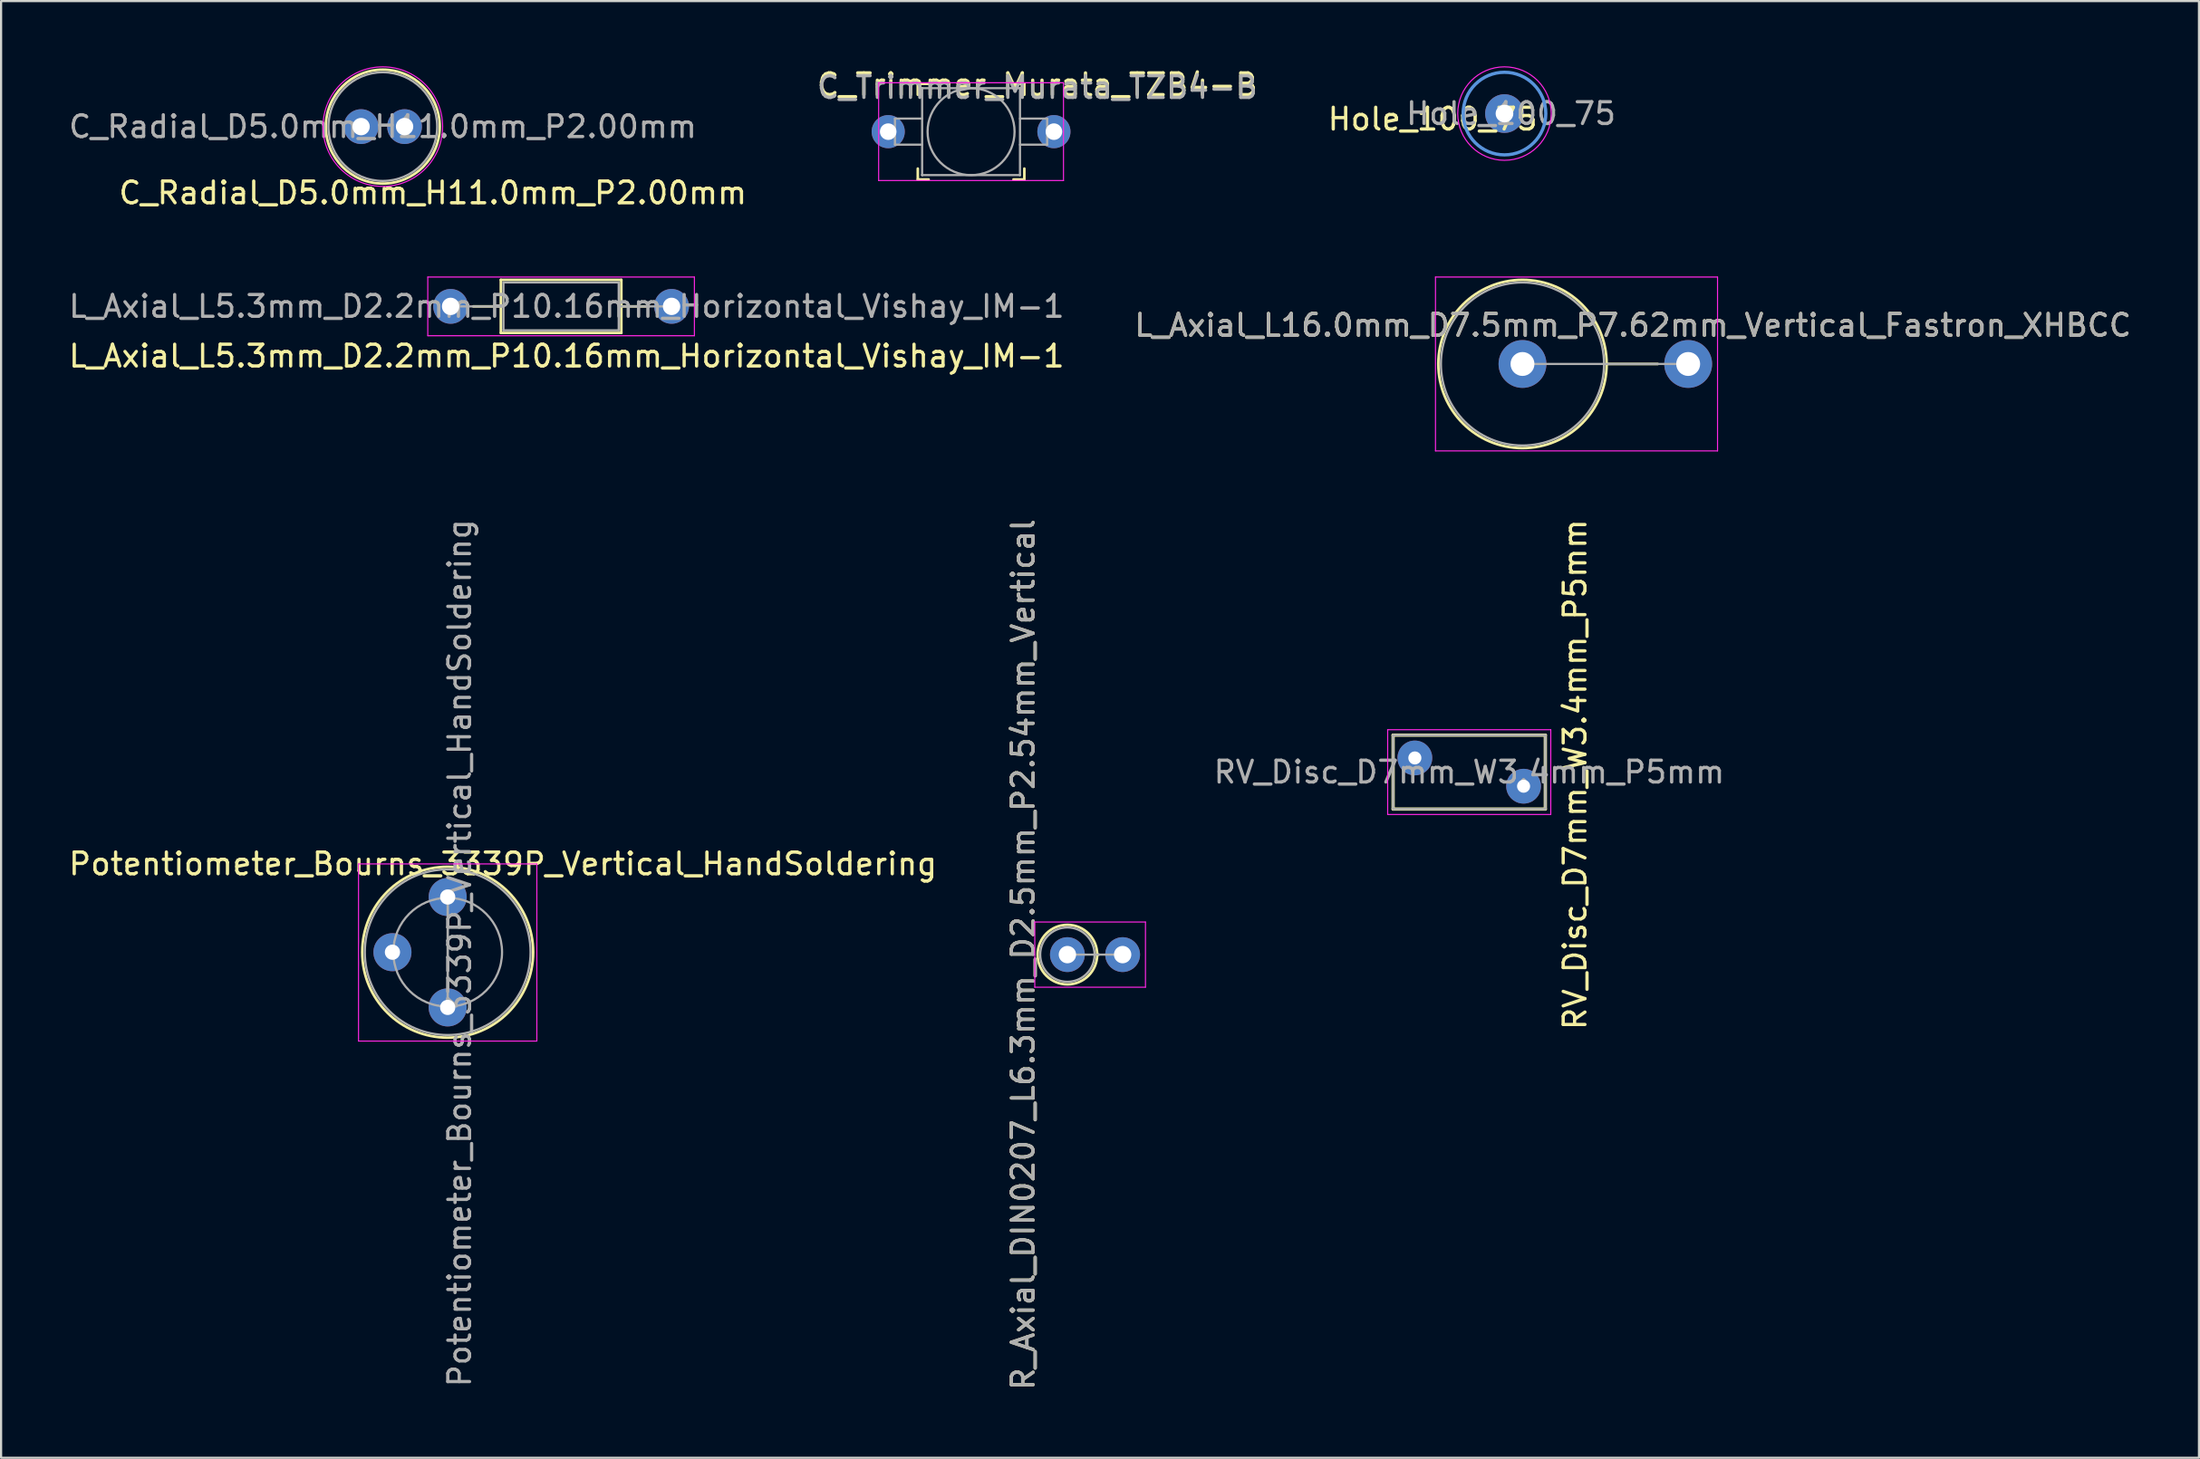
<source format=kicad_pcb>
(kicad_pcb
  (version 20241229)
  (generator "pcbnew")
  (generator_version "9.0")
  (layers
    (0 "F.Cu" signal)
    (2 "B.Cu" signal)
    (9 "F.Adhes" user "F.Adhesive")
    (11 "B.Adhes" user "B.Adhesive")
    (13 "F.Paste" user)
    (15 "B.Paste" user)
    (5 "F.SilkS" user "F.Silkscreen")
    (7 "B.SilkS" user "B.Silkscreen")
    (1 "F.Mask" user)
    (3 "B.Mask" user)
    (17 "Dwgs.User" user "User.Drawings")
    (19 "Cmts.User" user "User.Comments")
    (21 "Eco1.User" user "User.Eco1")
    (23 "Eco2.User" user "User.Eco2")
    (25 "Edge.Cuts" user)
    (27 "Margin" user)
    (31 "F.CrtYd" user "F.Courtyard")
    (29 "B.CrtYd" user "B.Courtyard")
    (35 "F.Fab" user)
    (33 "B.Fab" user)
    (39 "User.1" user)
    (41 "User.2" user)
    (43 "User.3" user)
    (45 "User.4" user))
  (footprint "R_Axial_DIN0207_L6.3mm_D2.5mm_P2.54mm_Vertical"
    (layer "F.Cu")
    (at 46.035 40.87)
    (property "Reference" "R_Axial_DIN0207_L6.3mm_D2.5mm_P2.54mm_Vertical" (at -2.032 0 90) (layer "F.SilkS") (effects (font (size 1 1) (thickness 0.15))))
    (attr through_hole)
    (fp_line (start 1.37 0) (end 1.44 0) (stroke (width 0.12) (type solid)) (layer "F.SilkS"))
    (fp_circle (center 0 0) (end 1.37 0) (stroke (width 0.12) (type solid)) (fill no) (layer "F.SilkS"))
    (fp_line (start -1.5 -1.5) (end -1.5 1.5) (stroke (width 0.05) (type solid)) (layer "F.CrtYd"))
    (fp_line (start -1.5 1.5) (end 3.59 1.5) (stroke (width 0.05) (type solid)) (layer "F.CrtYd"))
    (fp_line (start 3.59 -1.5) (end -1.5 -1.5) (stroke (width 0.05) (type solid)) (layer "F.CrtYd"))
    (fp_line (start 3.59 1.5) (end 3.59 -1.5) (stroke (width 0.05) (type solid)) (layer "F.CrtYd"))
    (fp_line (start 0 0) (end 2.54 0) (stroke (width 0.1) (type solid)) (layer "F.Fab"))
    (fp_circle (center 0 0) (end 1.25 0) (stroke (width 0.1) (type solid)) (fill no) (layer "F.Fab"))
    (fp_text user "${REFERENCE}" (at -2.032 0 90) (layer "F.Fab") (effects (font (size 1 1) (thickness 0.15))))
    (pad "1" thru_hole circle (at 0 0) (size 1.6 1.6) (drill 0.8) (layers "*.Cu" "*.Mask"))
    (pad "2" thru_hole oval (at 2.54 0) (size 1.6 1.6) (drill 0.8) (layers "*.Cu" "*.Mask")))
  (footprint "C_Radial_D5.0mm_H11.0mm_P2.00mm"
    (layer "F.Cu")
    (at 13.554 2.775)
    (property "Reference" "C_Radial_D5.0mm_H11.0mm_P2.00mm" (at 3.302 3.048 0) (layer "F.SilkS") (effects (font (size 1 1) (thickness 0.15))))
    (attr through_hole)
    (fp_circle (center 1 0) (end 3.62 0) (stroke (width 0.12) (type solid)) (fill no) (layer "F.SilkS"))
    (fp_circle (center 1 0) (end 3.75 0) (stroke (width 0.05) (type solid)) (fill no) (layer "F.CrtYd"))
    (fp_circle (center 1 0) (end 3.5 0) (stroke (width 0.1) (type solid)) (fill no) (layer "F.Fab"))
    (fp_text user "${REFERENCE}" (at 1 0 0) (layer "F.Fab") (effects (font (size 1 1) (thickness 0.15))))
    (pad "1" thru_hole circle (at 0 0) (size 1.6 1.6) (drill 0.8) (layers "*.Cu" "*.Mask"))
    (pad "2" thru_hole circle (at 2 0) (size 1.6 1.6) (drill 0.8) (layers "*.Cu" "*.Mask")))
  (footprint "Hole_100_75"
    (layer "F.Cu")
    (at 66.134 2.175)
    (property "Reference" "Hole_100_75" (at -3.302 0.254 0) (layer "F.SilkS") (effects (font (size 1 1) (thickness 0.15))))
    (attr exclude_from_pos_files exclude_from_bom)
    (fp_circle (center 0 0) (end 1.9 0) (stroke (width 0.15) (type solid)) (fill no) (layer "Cmts.User"))
    (fp_circle (center 0 0) (end 2.15 0) (stroke (width 0.05) (type solid)) (fill no) (layer "F.CrtYd"))
    (fp_text user "${REFERENCE}" (at 0.3 0 0) (layer "F.Fab") (effects (font (size 1 1) (thickness 0.15))))
    (pad "1" thru_hole circle (at 0 0) (size 1.778 1.778) (drill 0.813) (layers "*.Cu" "*.Mask")))
  (footprint "RV_Disc_D7mm_W3.4mm_P5mm"
    (layer "F.Cu")
    (at 62.013 31.822)
    (property "Reference" "RV_Disc_D7mm_W3.4mm_P5mm" (at 7.366 0.762 270) (layer "F.SilkS") (effects (font (size 1 1) (thickness 0.15))))
    (attr through_hole)
    (fp_line (start -1 -1.05) (end -1 2.35) (stroke (width 0.15) (type solid)) (layer "F.SilkS"))
    (fp_line (start -1 -1.05) (end 6 -1.05) (stroke (width 0.15) (type solid)) (layer "F.SilkS"))
    (fp_line (start -1 2.35) (end 6 2.35) (stroke (width 0.15) (type solid)) (layer "F.SilkS"))
    (fp_line (start 6 -1.05) (end 6 2.35) (stroke (width 0.15) (type solid)) (layer "F.SilkS"))
    (fp_line (start -1.25 -1.3) (end -1.25 2.6) (stroke (width 0.05) (type solid)) (layer "F.CrtYd"))
    (fp_line (start -1.25 -1.3) (end 6.25 -1.3) (stroke (width 0.05) (type solid)) (layer "F.CrtYd"))
    (fp_line (start -1.25 2.6) (end 6.25 2.6) (stroke (width 0.05) (type solid)) (layer "F.CrtYd"))
    (fp_line (start 6.25 -1.3) (end 6.25 2.6) (stroke (width 0.05) (type solid)) (layer "F.CrtYd"))
    (fp_line (start -1 -1.05) (end -1 2.35) (stroke (width 0.1) (type solid)) (layer "F.Fab"))
    (fp_line (start -1 -1.05) (end 6 -1.05) (stroke (width 0.1) (type solid)) (layer "F.Fab"))
    (fp_line (start -1 2.35) (end 6 2.35) (stroke (width 0.1) (type solid)) (layer "F.Fab"))
    (fp_line (start 6 -1.05) (end 6 2.35) (stroke (width 0.1) (type solid)) (layer "F.Fab"))
    (fp_text user "${REFERENCE}" (at 2.5 0.65 0) (layer "F.Fab") (effects (font (size 1 1) (thickness 0.15))))
    (pad "1" thru_hole circle (at 0 0) (size 1.6 1.6) (drill 0.6) (layers "*.Cu" "*.Mask"))
    (pad "2" thru_hole circle (at 5 1.3) (size 1.6 1.6) (drill 0.6) (layers "*.Cu" "*.Mask")))
  (footprint "L_Axial_L16.0mm_D7.5mm_P7.62mm_Vertical_Fastron_XHBCC"
    (layer "F.Cu")
    (at 66.962 13.696)
    (property "Reference" "L_Axial_L16.0mm_D7.5mm_P7.62mm_Vertical_Fastron_XHBCC" (at 5.08 -1.778 180) (layer "F.SilkS") (effects (font (size 1 1) (thickness 0.15))))
    (attr through_hole)
    (fp_line (start 3.87 0) (end 6.22 0) (stroke (width 0.12) (type solid)) (layer "F.SilkS"))
    (fp_circle (center 0 0) (end 3.87 0) (stroke (width 0.12) (type solid)) (fill no) (layer "F.SilkS"))
    (fp_line (start -4 -4) (end -4 4) (stroke (width 0.05) (type solid)) (layer "F.CrtYd"))
    (fp_line (start -4 4) (end 8.97 4) (stroke (width 0.05) (type solid)) (layer "F.CrtYd"))
    (fp_line (start 8.97 -4) (end -4 -4) (stroke (width 0.05) (type solid)) (layer "F.CrtYd"))
    (fp_line (start 8.97 4) (end 8.97 -4) (stroke (width 0.05) (type solid)) (layer "F.CrtYd"))
    (fp_line (start 0 0) (end 7.62 0) (stroke (width 0.1) (type solid)) (layer "F.Fab"))
    (fp_circle (center 0 0) (end 3.75 0) (stroke (width 0.1) (type solid)) (fill no) (layer "F.Fab"))
    (fp_text user "${REFERENCE}" (at 5.08 -1.778 180) (layer "F.Fab") (effects (font (size 1 1) (thickness 0.15))))
    (pad "1" thru_hole circle (at 0 0) (size 2.2 2.2) (drill 1.1) (layers "*.Cu" "*.Mask"))
    (pad "2" thru_hole oval (at 7.62 0) (size 2.2 2.2) (drill 1.1) (layers "*.Cu" "*.Mask")))
  (footprint "Potentiometer_Bourns_3339P_Vertical_HandSoldering"
    (layer "F.Cu")
    (at 17.537 43.299)
    (property "Reference" "Potentiometer_Bourns_3339P_Vertical_HandSoldering" (at 2.54 -6.604 0) (layer "F.SilkS") (effects (font (size 1 1) (thickness 0.15))))
    (attr through_hole)
    (fp_circle (center 0 -2.54) (end 3.93 -2.54) (stroke (width 0.12) (type solid)) (fill no) (layer "F.SilkS"))
    (fp_line (start -4.1 -6.6) (end -4.1 1.55) (stroke (width 0.05) (type solid)) (layer "F.CrtYd"))
    (fp_line (start -4.1 1.55) (end 4.1 1.55) (stroke (width 0.05) (type solid)) (layer "F.CrtYd"))
    (fp_line (start 4.1 -6.6) (end -4.1 -6.6) (stroke (width 0.05) (type solid)) (layer "F.CrtYd"))
    (fp_line (start 4.1 1.55) (end 4.1 -6.6) (stroke (width 0.05) (type solid)) (layer "F.CrtYd"))
    (fp_line (start 0 -0.064) (end 0.001 -5.014) (stroke (width 0.1) (type solid)) (layer "F.Fab"))
    (fp_line (start 0 -0.064) (end 0.001 -5.014) (stroke (width 0.1) (type solid)) (layer "F.Fab"))
    (fp_circle (center 0 -2.54) (end 2.5 -2.54) (stroke (width 0.1) (type solid)) (fill no) (layer "F.Fab"))
    (fp_circle (center 0 -2.54) (end 3.81 -2.54) (stroke (width 0.1) (type solid)) (fill no) (layer "F.Fab"))
    (fp_text user "${REFERENCE}" (at 0.55 -2.5 90) (layer "F.Fab") (effects (font (size 1 1) (thickness 0.15))))
    (pad "1" thru_hole circle (at 0 0) (size 1.75 1.75) (drill 0.7) (layers "*.Cu" "*.Mask"))
    (pad "2" thru_hole circle (at -2.54 -2.54) (size 1.75 1.75) (drill 0.7) (layers "*.Cu" "*.Mask"))
    (pad "3" thru_hole circle (at 0 -5.08) (size 1.75 1.75) (drill 0.7) (layers "*.Cu" "*.Mask")))
  (footprint "C_Trimmer_Murata_TZB4-B"
    (layer "F.Cu")
    (at 41.605 3.007)
    (property "Reference" "C_Trimmer_Murata_TZB4-B" (at 3.048 -2.159 180) (layer "F.SilkS") (effects (font (size 1 1) (thickness 0.15))))
    (attr smd)
    (fp_line (start -2.45 -2.2) (end -2.45 -1.7) (stroke (width 0.12) (type solid)) (layer "F.SilkS"))
    (fp_line (start -2.45 -2.2) (end -1.95 -2.2) (stroke (width 0.12) (type solid)) (layer "F.SilkS"))
    (fp_line (start -2.45 2.2) (end -2.45 1.7) (stroke (width 0.12) (type solid)) (layer "F.SilkS"))
    (fp_line (start -2.45 2.2) (end -1.95 2.2) (stroke (width 0.12) (type solid)) (layer "F.SilkS"))
    (fp_line (start 2.45 -2.2) (end 1.95 -2.2) (stroke (width 0.12) (type solid)) (layer "F.SilkS"))
    (fp_line (start 2.45 -2.2) (end 2.45 -1.7) (stroke (width 0.12) (type solid)) (layer "F.SilkS"))
    (fp_line (start 2.45 2.2) (end 1.95 2.2) (stroke (width 0.12) (type solid)) (layer "F.SilkS"))
    (fp_line (start 2.45 2.2) (end 2.45 1.7) (stroke (width 0.12) (type solid)) (layer "F.SilkS"))
    (fp_line (start -4.25 -2.25) (end -4.25 2.25) (stroke (width 0.05) (type solid)) (layer "F.CrtYd"))
    (fp_line (start -4.25 2.25) (end 4.25 2.25) (stroke (width 0.05) (type solid)) (layer "F.CrtYd"))
    (fp_line (start 4.25 -2.25) (end -4.25 -2.25) (stroke (width 0.05) (type solid)) (layer "F.CrtYd"))
    (fp_line (start 4.25 2.25) (end 4.25 -2.25) (stroke (width 0.05) (type solid)) (layer "F.CrtYd"))
    (fp_line (start -3.5 -0.6) (end -3.5 0.6) (stroke (width 0.1) (type solid)) (layer "F.Fab"))
    (fp_line (start -3.5 0.6) (end -2.25 0.6) (stroke (width 0.1) (type solid)) (layer "F.Fab"))
    (fp_line (start -2.25 -2) (end -2.24 -2) (stroke (width 0.1) (type solid)) (layer "F.Fab"))
    (fp_line (start -2.25 -1.99) (end -2.25 -2) (stroke (width 0.1) (type solid)) (layer "F.Fab"))
    (fp_line (start -2.25 -0.6) (end -3.5 -0.6) (stroke (width 0.1) (type solid)) (layer "F.Fab"))
    (fp_line (start -2.25 1.99) (end -2.25 -1.99) (stroke (width 0.1) (type solid)) (layer "F.Fab"))
    (fp_line (start -2.25 2) (end -2.25 1.99) (stroke (width 0.1) (type solid)) (layer "F.Fab"))
    (fp_line (start -2.24 -2) (end 2.24 -2) (stroke (width 0.1) (type solid)) (layer "F.Fab"))
    (fp_line (start -2.24 2) (end -2.25 2) (stroke (width 0.1) (type solid)) (layer "F.Fab"))
    (fp_line (start 2.24 -2) (end 2.25 -2) (stroke (width 0.1) (type solid)) (layer "F.Fab"))
    (fp_line (start 2.24 2) (end -2.24 2) (stroke (width 0.1) (type solid)) (layer "F.Fab"))
    (fp_line (start 2.25 -2) (end 2.25 -1.99) (stroke (width 0.1) (type solid)) (layer "F.Fab"))
    (fp_line (start 2.25 -1.99) (end 2.25 1.99) (stroke (width 0.1) (type solid)) (layer "F.Fab"))
    (fp_line (start 2.25 -0.6) (end 3.5 -0.6) (stroke (width 0.1) (type solid)) (layer "F.Fab"))
    (fp_line (start 2.25 1.99) (end 2.25 2) (stroke (width 0.1) (type solid)) (layer "F.Fab"))
    (fp_line (start 2.25 2) (end 2.24 2) (stroke (width 0.1) (type solid)) (layer "F.Fab"))
    (fp_line (start 3.5 -0.6) (end 3.5 0.6) (stroke (width 0.1) (type solid)) (layer "F.Fab"))
    (fp_line (start 3.5 0.6) (end 2.25 0.6) (stroke (width 0.1) (type solid)) (layer "F.Fab"))
    (fp_circle (center 0 0) (end 2 0) (stroke (width 0.1) (type solid)) (fill no) (layer "F.Fab"))
    (fp_text user "${REFERENCE}" (at 3.048 -2.032 180) (layer "F.Fab") (effects (font (size 1 1) (thickness 0.15))))
    (pad "1" thru_hole circle (at -3.81 0) (size 1.524 1.524) (drill 0.762) (layers "*.Cu" "*.Mask"))
    (pad "2" thru_hole circle (at 3.81 0) (size 1.524 1.524) (drill 0.762) (layers "*.Cu" "*.Mask")))
  (footprint "L_Axial_L5.3mm_D2.2mm_P10.16mm_Horizontal_Vishay_IM-1"
    (layer "F.Cu")
    (at 17.672 11.046)
    (property "Reference" "L_Axial_L5.3mm_D2.2mm_P10.16mm_Horizontal_Vishay_IM-1" (at 5.334 2.286 0) (layer "F.SilkS") (effects (font (size 1 1) (thickness 0.15))))
    (attr through_hole)
    (fp_line (start 1.04 0) (end 2.31 0) (stroke (width 0.12) (type solid)) (layer "F.SilkS"))
    (fp_line (start 2.31 -1.22) (end 2.31 1.22) (stroke (width 0.12) (type solid)) (layer "F.SilkS"))
    (fp_line (start 2.31 1.22) (end 7.85 1.22) (stroke (width 0.12) (type solid)) (layer "F.SilkS"))
    (fp_line (start 7.85 -1.22) (end 2.31 -1.22) (stroke (width 0.12) (type solid)) (layer "F.SilkS"))
    (fp_line (start 7.85 1.22) (end 7.85 -1.22) (stroke (width 0.12) (type solid)) (layer "F.SilkS"))
    (fp_line (start 9.12 0) (end 7.85 0) (stroke (width 0.12) (type solid)) (layer "F.SilkS"))
    (fp_line (start -1.05 -1.35) (end -1.05 1.35) (stroke (width 0.05) (type solid)) (layer "F.CrtYd"))
    (fp_line (start -1.05 1.35) (end 11.21 1.35) (stroke (width 0.05) (type solid)) (layer "F.CrtYd"))
    (fp_line (start 11.21 -1.35) (end -1.05 -1.35) (stroke (width 0.05) (type solid)) (layer "F.CrtYd"))
    (fp_line (start 11.21 1.35) (end 11.21 -1.35) (stroke (width 0.05) (type solid)) (layer "F.CrtYd"))
    (fp_line (start 0 0) (end 2.43 0) (stroke (width 0.1) (type solid)) (layer "F.Fab"))
    (fp_line (start 2.43 -1.1) (end 2.43 1.1) (stroke (width 0.1) (type solid)) (layer "F.Fab"))
    (fp_line (start 2.43 1.1) (end 7.73 1.1) (stroke (width 0.1) (type solid)) (layer "F.Fab"))
    (fp_line (start 7.73 -1.1) (end 2.43 -1.1) (stroke (width 0.1) (type solid)) (layer "F.Fab"))
    (fp_line (start 7.73 1.1) (end 7.73 -1.1) (stroke (width 0.1) (type solid)) (layer "F.Fab"))
    (fp_line (start 10.16 0) (end 7.73 0) (stroke (width 0.1) (type solid)) (layer "F.Fab"))
    (fp_text user "${REFERENCE}" (at 5.334 0 0) (layer "F.Fab") (effects (font (size 1 1) (thickness 0.15))))
    (pad "1" thru_hole circle (at 0 0) (size 1.6 1.6) (drill 0.8) (layers "*.Cu" "*.Mask"))
    (pad "2" thru_hole oval (at 10.16 0) (size 1.6 1.6) (drill 0.8) (layers "*.Cu" "*.Mask")))
  (gr_rect
    (start -3 -3)
    (end 98.071 64.019)
    (stroke (width 0.1) (type default))
    (fill no)
    (layer "Edge.Cuts")))
</source>
